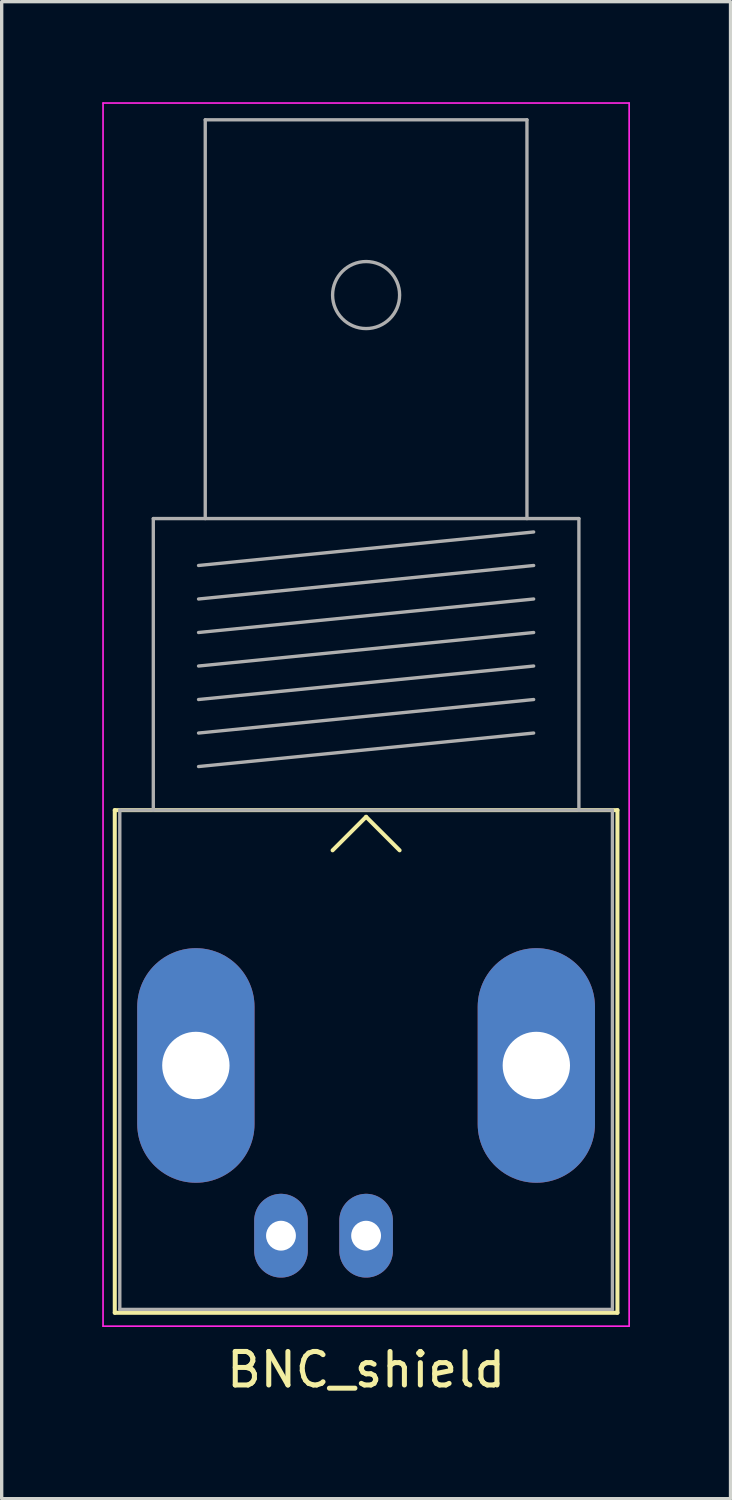
<source format=kicad_pcb>
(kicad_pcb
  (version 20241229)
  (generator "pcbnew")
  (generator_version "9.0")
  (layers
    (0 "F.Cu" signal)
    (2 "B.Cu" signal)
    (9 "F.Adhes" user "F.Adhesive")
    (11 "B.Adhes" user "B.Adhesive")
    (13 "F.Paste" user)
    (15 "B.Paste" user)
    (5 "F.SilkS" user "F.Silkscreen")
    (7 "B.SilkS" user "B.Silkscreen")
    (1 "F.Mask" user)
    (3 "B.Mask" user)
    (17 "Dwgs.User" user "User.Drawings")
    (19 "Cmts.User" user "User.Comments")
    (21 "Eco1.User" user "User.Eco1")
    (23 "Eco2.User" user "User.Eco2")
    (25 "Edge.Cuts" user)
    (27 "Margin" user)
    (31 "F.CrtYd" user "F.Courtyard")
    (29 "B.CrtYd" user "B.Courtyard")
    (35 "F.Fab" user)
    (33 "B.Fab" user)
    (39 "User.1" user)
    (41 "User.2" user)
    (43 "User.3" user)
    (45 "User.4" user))
  (footprint "BNC_shield"
    (layer "F.Cu")
    (at 7.875 33.825)
    (property "Reference" "BNC_shield" (at 0 4 0) (layer "F.SilkS") (effects (font (size 1 1) (thickness 0.15))))
    (attr through_hole)
    (fp_line (start -7.5 -12.7) (end 7.5 -12.7) (stroke (width 0.12) (type solid)) (layer "F.SilkS"))
    (fp_line (start -7.5 2.3) (end -7.5 -12.7) (stroke (width 0.12) (type solid)) (layer "F.SilkS"))
    (fp_line (start 0 -12.5) (end -1 -11.5) (stroke (width 0.12) (type solid)) (layer "F.SilkS"))
    (fp_line (start 0 -12.5) (end 1 -11.5) (stroke (width 0.12) (type solid)) (layer "F.SilkS"))
    (fp_line (start 7.5 -12.7) (end 7.5 2.3) (stroke (width 0.12) (type solid)) (layer "F.SilkS"))
    (fp_line (start 7.5 2.3) (end -7.5 2.3) (stroke (width 0.12) (type solid)) (layer "F.SilkS"))
    (fp_line (start -7.85 2.7) (end -7.85 -33.8) (stroke (width 0.05) (type solid)) (layer "F.CrtYd"))
    (fp_line (start -7.85 2.7) (end 7.85 2.7) (stroke (width 0.05) (type solid)) (layer "F.CrtYd"))
    (fp_line (start 7.85 -33.8) (end -7.85 -33.8) (stroke (width 0.05) (type solid)) (layer "F.CrtYd"))
    (fp_line (start 7.85 2.7) (end 7.85 -33.8) (stroke (width 0.05) (type solid)) (layer "F.CrtYd"))
    (fp_line (start -7.35 -12.7) (end -7.35 2.2) (stroke (width 0.1) (type solid)) (layer "F.Fab"))
    (fp_line (start -7.35 2.2) (end 7.35 2.2) (stroke (width 0.1) (type solid)) (layer "F.Fab"))
    (fp_line (start -6.35 -21.4) (end -6.35 -12.7) (stroke (width 0.1) (type solid)) (layer "F.Fab"))
    (fp_line (start -5 -20) (end 5 -21) (stroke (width 0.1) (type solid)) (layer "F.Fab"))
    (fp_line (start -5 -19) (end 5 -20) (stroke (width 0.1) (type solid)) (layer "F.Fab"))
    (fp_line (start -5 -18) (end 5 -19) (stroke (width 0.1) (type solid)) (layer "F.Fab"))
    (fp_line (start -5 -17) (end 5 -18) (stroke (width 0.1) (type solid)) (layer "F.Fab"))
    (fp_line (start -5 -16) (end 5 -17) (stroke (width 0.1) (type solid)) (layer "F.Fab"))
    (fp_line (start -5 -15) (end 5 -16) (stroke (width 0.1) (type solid)) (layer "F.Fab"))
    (fp_line (start -5 -14) (end 5 -15) (stroke (width 0.1) (type solid)) (layer "F.Fab"))
    (fp_line (start -4.8 -33.3) (end -4.8 -21.4) (stroke (width 0.1) (type solid)) (layer "F.Fab"))
    (fp_line (start 4.8 -33.3) (end -4.8 -33.3) (stroke (width 0.1) (type solid)) (layer "F.Fab"))
    (fp_line (start 4.8 -21.4) (end 4.8 -33.3) (stroke (width 0.1) (type solid)) (layer "F.Fab"))
    (fp_line (start 6.35 -21.4) (end -6.35 -21.4) (stroke (width 0.1) (type solid)) (layer "F.Fab"))
    (fp_line (start 6.35 -12.7) (end 6.35 -21.4) (stroke (width 0.1) (type solid)) (layer "F.Fab"))
    (fp_line (start 7.35 -12.7) (end -7.35 -12.7) (stroke (width 0.1) (type solid)) (layer "F.Fab"))
    (fp_line (start 7.35 2.2) (end 7.35 -12.7) (stroke (width 0.1) (type solid)) (layer "F.Fab"))
    (fp_circle (center 0 -28.07) (end 1 -28.07) (stroke (width 0.1) (type solid)) (fill no) (layer "F.Fab"))
    (pad "1" thru_hole oval (at 0 0) (size 1.6 2.5) (drill 0.89) (layers "*.Cu" "*.Mask"))
    (pad "2" thru_hole oval (at -2.54 0) (size 1.6 2.5) (drill 0.89) (layers "*.Cu" "*.Mask"))
    (pad "3" thru_hole oval (at -5.08 -5.08) (size 3.5 7) (drill 2.01) (layers "*.Cu" "*.Mask"))
    (pad "3" thru_hole oval (at 5.08 -5.08) (size 3.5 7) (drill 2.01) (layers "*.Cu" "*.Mask")))
  (gr_rect
    (start -3 -3)
    (end 18.75 41.673)
    (stroke (width 0.1) (type default))
    (fill no)
    (layer "Edge.Cuts")))
</source>
